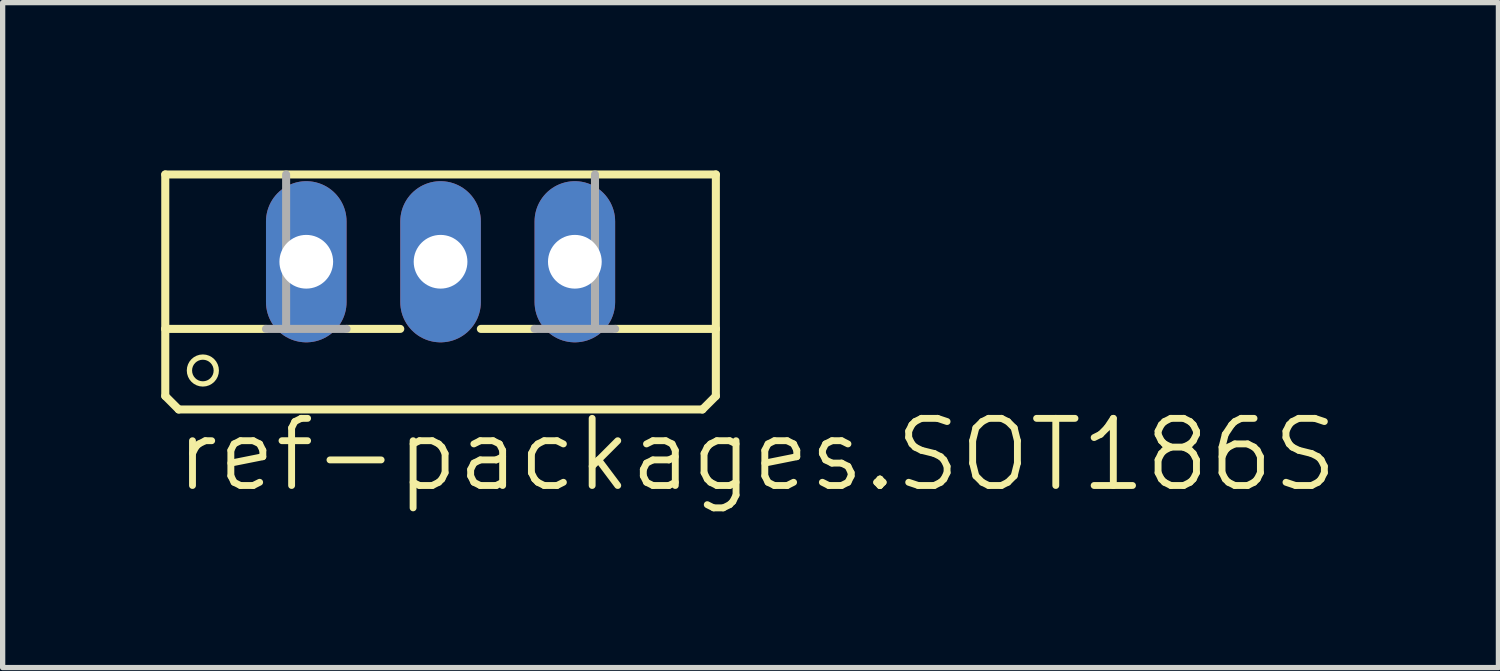
<source format=kicad_pcb>
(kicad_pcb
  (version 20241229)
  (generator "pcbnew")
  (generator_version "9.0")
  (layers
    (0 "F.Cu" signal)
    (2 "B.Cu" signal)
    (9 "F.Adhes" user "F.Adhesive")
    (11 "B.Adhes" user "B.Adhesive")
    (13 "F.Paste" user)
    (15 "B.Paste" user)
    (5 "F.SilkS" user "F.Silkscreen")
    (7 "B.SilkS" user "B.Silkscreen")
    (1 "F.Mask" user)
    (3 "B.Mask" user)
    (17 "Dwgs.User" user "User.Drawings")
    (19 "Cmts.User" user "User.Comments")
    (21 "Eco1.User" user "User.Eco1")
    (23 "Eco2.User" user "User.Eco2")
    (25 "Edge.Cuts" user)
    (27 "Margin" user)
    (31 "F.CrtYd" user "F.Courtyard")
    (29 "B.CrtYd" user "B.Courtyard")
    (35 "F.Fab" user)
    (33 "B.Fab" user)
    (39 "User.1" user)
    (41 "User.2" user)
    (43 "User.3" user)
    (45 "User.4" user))
  (footprint "ref-packages.SOT186S"
    (layer "F.Cu")
    (at 5.283 0.25)
    (property "Reference" "ref-packages.SOT186S" (at -5.08 6.045 0) (layer "F.SilkS") (effects (font (size 1.27 1.27) (thickness 0.13)) (justify left bottom)))
    (attr through_hole)
    (fp_line (start -5.207 2.921) (end -5.207 0) (stroke (width 0.152) (type default)) (layer "F.SilkS"))
    (fp_line (start -5.207 2.921) (end -3.302 2.921) (stroke (width 0.152) (type default)) (layer "F.SilkS"))
    (fp_line (start -5.207 4.191) (end -5.207 2.921) (stroke (width 0.152) (type default)) (layer "F.SilkS"))
    (fp_line (start -5.207 4.191) (end -4.953 4.445) (stroke (width 0.152) (type default)) (layer "F.SilkS"))
    (fp_line (start -1.778 2.921) (end -0.762 2.921) (stroke (width 0.152) (type default)) (layer "F.SilkS"))
    (fp_line (start 0.762 2.921) (end 1.778 2.921) (stroke (width 0.152) (type default)) (layer "F.SilkS"))
    (fp_line (start 4.953 4.445) (end -4.953 4.445) (stroke (width 0.152) (type default)) (layer "F.SilkS"))
    (fp_line (start 4.953 4.445) (end 5.207 4.191) (stroke (width 0.152) (type default)) (layer "F.SilkS"))
    (fp_line (start 5.207 0) (end -5.207 0) (stroke (width 0.152) (type default)) (layer "F.SilkS"))
    (fp_line (start 5.207 2.921) (end 3.302 2.921) (stroke (width 0.152) (type default)) (layer "F.SilkS"))
    (fp_line (start 5.207 2.921) (end 5.207 0) (stroke (width 0.152) (type default)) (layer "F.SilkS"))
    (fp_line (start 5.207 4.191) (end 5.207 2.921) (stroke (width 0.152) (type default)) (layer "F.SilkS"))
    (fp_circle (center -4.496 3.708) (end -4.242 3.708) (stroke (width 0.1) (type default)) (fill no) (layer "F.SilkS"))
    (fp_line (start -3.302 2.921) (end -2.921 2.921) (stroke (width 0.152) (type default)) (layer "F.Fab"))
    (fp_line (start -2.921 2.921) (end -2.921 0) (stroke (width 0.152) (type default)) (layer "F.Fab"))
    (fp_line (start -2.921 2.921) (end -1.778 2.921) (stroke (width 0.152) (type default)) (layer "F.Fab"))
    (fp_line (start 2.921 2.921) (end 1.778 2.921) (stroke (width 0.152) (type default)) (layer "F.Fab"))
    (fp_line (start 2.921 2.921) (end 2.921 0) (stroke (width 0.152) (type default)) (layer "F.Fab"))
    (fp_line (start 3.302 2.921) (end 2.921 2.921) (stroke (width 0.152) (type default)) (layer "F.Fab"))
    (pad "A1" thru_hole oval (at -2.54 1.651 90) (size 3.048 1.524) (drill 1.016) (layers "*.Cu" "*.Mask"))
    (pad "A2" thru_hole oval (at 2.54 1.651 90) (size 3.048 1.524) (drill 1.016) (layers "*.Cu" "*.Mask"))
    (pad "C" thru_hole oval (at 0 1.651 90) (size 3.048 1.524) (drill 1.016) (layers "*.Cu" "*.Mask")))
  (gr_rect
    (start -3 -3)
    (end 25.292 9.577)
    (stroke (width 0.1) (type default))
    (fill no)
    (layer "Edge.Cuts")))
</source>
